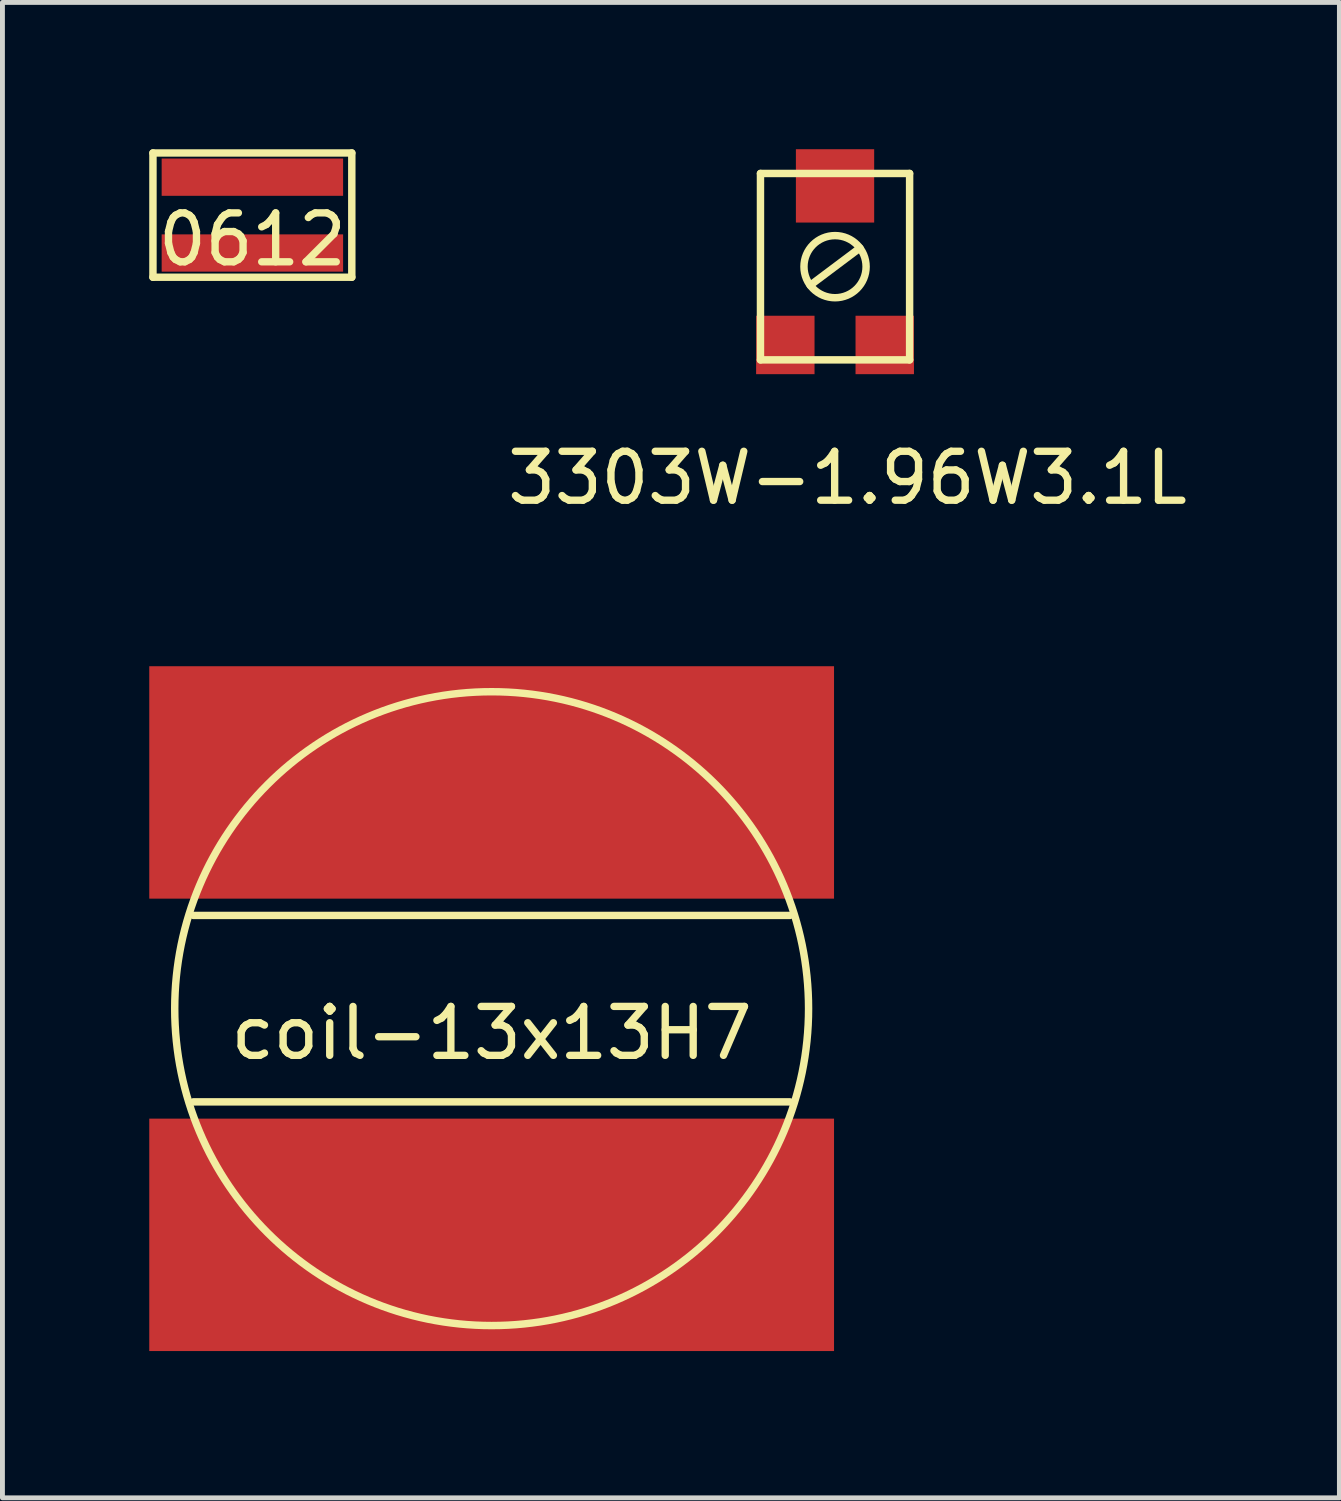
<source format=kicad_pcb>
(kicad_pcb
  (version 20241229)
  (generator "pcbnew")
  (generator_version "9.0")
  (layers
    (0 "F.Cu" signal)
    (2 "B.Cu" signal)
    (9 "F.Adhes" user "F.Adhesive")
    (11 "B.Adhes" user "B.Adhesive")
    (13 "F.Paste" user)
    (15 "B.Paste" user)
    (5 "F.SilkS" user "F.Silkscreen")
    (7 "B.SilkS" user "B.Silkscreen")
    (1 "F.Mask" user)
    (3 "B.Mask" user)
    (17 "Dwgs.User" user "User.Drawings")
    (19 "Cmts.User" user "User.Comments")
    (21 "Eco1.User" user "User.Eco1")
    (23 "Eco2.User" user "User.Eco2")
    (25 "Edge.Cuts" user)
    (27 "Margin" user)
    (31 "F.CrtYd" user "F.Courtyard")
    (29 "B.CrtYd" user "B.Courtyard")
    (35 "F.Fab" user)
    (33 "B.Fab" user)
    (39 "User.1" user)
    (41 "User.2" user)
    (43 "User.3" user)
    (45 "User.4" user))
  (footprint "0612"
    (layer "F.Cu")
    (at 2.108 1.346)
    (property "Reference" "0612" (at 0 0.5 0) (layer "F.SilkS") (effects (font (size 1 1) (thickness 0.15))))
    (attr through_hole)
    (fp_line (start -2.032 -1.27) (end 2.032 -1.27) (stroke (width 0.152) (type solid)) (layer "F.SilkS"))
    (fp_line (start -2.032 1.27) (end -2.032 -1.27) (stroke (width 0.152) (type solid)) (layer "F.SilkS"))
    (fp_line (start 2.032 -1.27) (end 2.032 1.27) (stroke (width 0.152) (type solid)) (layer "F.SilkS"))
    (fp_line (start 2.032 1.27) (end -2.032 1.27) (stroke (width 0.152) (type solid)) (layer "F.SilkS"))
    (pad "1" smd rect (at 0 -0.775) (size 3.708 0.762) (layers "F.Cu" "F.Mask" "F.Paste"))
    (pad "2" smd rect (at 0 0.775) (size 3.708 0.762) (layers "F.Cu" "F.Mask" "F.Paste")))
  (footprint "3303W-1.96W3.1L"
    (layer "F.Cu")
    (at 14.016 5.829)
    (property "Reference" "3303W-1.96W3.1L" (at 0.254 0.889 0) (layer "F.SilkS") (effects (font (size 1 1) (thickness 0.15))))
    (attr through_hole)
    (fp_line (start -1.524 -5.334) (end -1.524 -1.524) (stroke (width 0.152) (type solid)) (layer "F.SilkS"))
    (fp_line (start -1.524 -5.334) (end 1.524 -5.334) (stroke (width 0.152) (type solid)) (layer "F.SilkS"))
    (fp_line (start -1.524 -1.524) (end 1.524 -1.524) (stroke (width 0.152) (type solid)) (layer "F.SilkS"))
    (fp_line (start -0.508 -3.048) (end 0.508 -3.81) (stroke (width 0.152) (type solid)) (layer "F.SilkS"))
    (fp_line (start 1.524 -5.334) (end 1.524 -1.524) (stroke (width 0.152) (type solid)) (layer "F.SilkS"))
    (fp_circle (center 0 -3.429) (end 0.635 -3.429) (stroke (width 0.152) (type solid)) (fill no) (layer "F.SilkS"))
    (pad "1" smd rect (at -1.016 -1.829) (size 1.194 1.194) (layers "F.Cu" "F.Mask" "F.Paste"))
    (pad "2" smd rect (at 0 -5.08) (size 1.6 1.499) (layers "F.Cu" "F.Mask" "F.Paste"))
    (pad "3" smd rect (at 1.016 -1.829) (size 1.194 1.194) (layers "F.Cu" "F.Mask" "F.Paste")))
  (footprint "coil-13x13H7"
    (layer "F.Cu")
    (at 6.998 17.564)
    (property "Reference" "coil-13x13H7" (at 0 0.5 0) (layer "F.SilkS") (effects (font (size 1 1) (thickness 0.15))))
    (attr through_hole)
    (fp_line (start -6.096 -1.905) (end 6.096 -1.905) (stroke (width 0.152) (type solid)) (layer "F.SilkS"))
    (fp_line (start -6.096 1.905) (end 6.096 1.905) (stroke (width 0.152) (type solid)) (layer "F.SilkS"))
    (fp_circle (center 0 0) (end 6.477 0) (stroke (width 0.152) (type solid)) (fill no) (layer "F.SilkS"))
    (pad "1" smd rect (at 0 -4.623) (size 13.995 4.75) (layers "F.Cu" "F.Mask" "F.Paste"))
    (pad "2" smd rect (at 0 4.623) (size 13.995 4.75) (layers "F.Cu" "F.Mask" "F.Paste")))
  (gr_rect
    (start -3 -3)
    (end 24.324 27.562)
    (stroke (width 0.1) (type default))
    (fill no)
    (layer "Edge.Cuts")))
</source>
